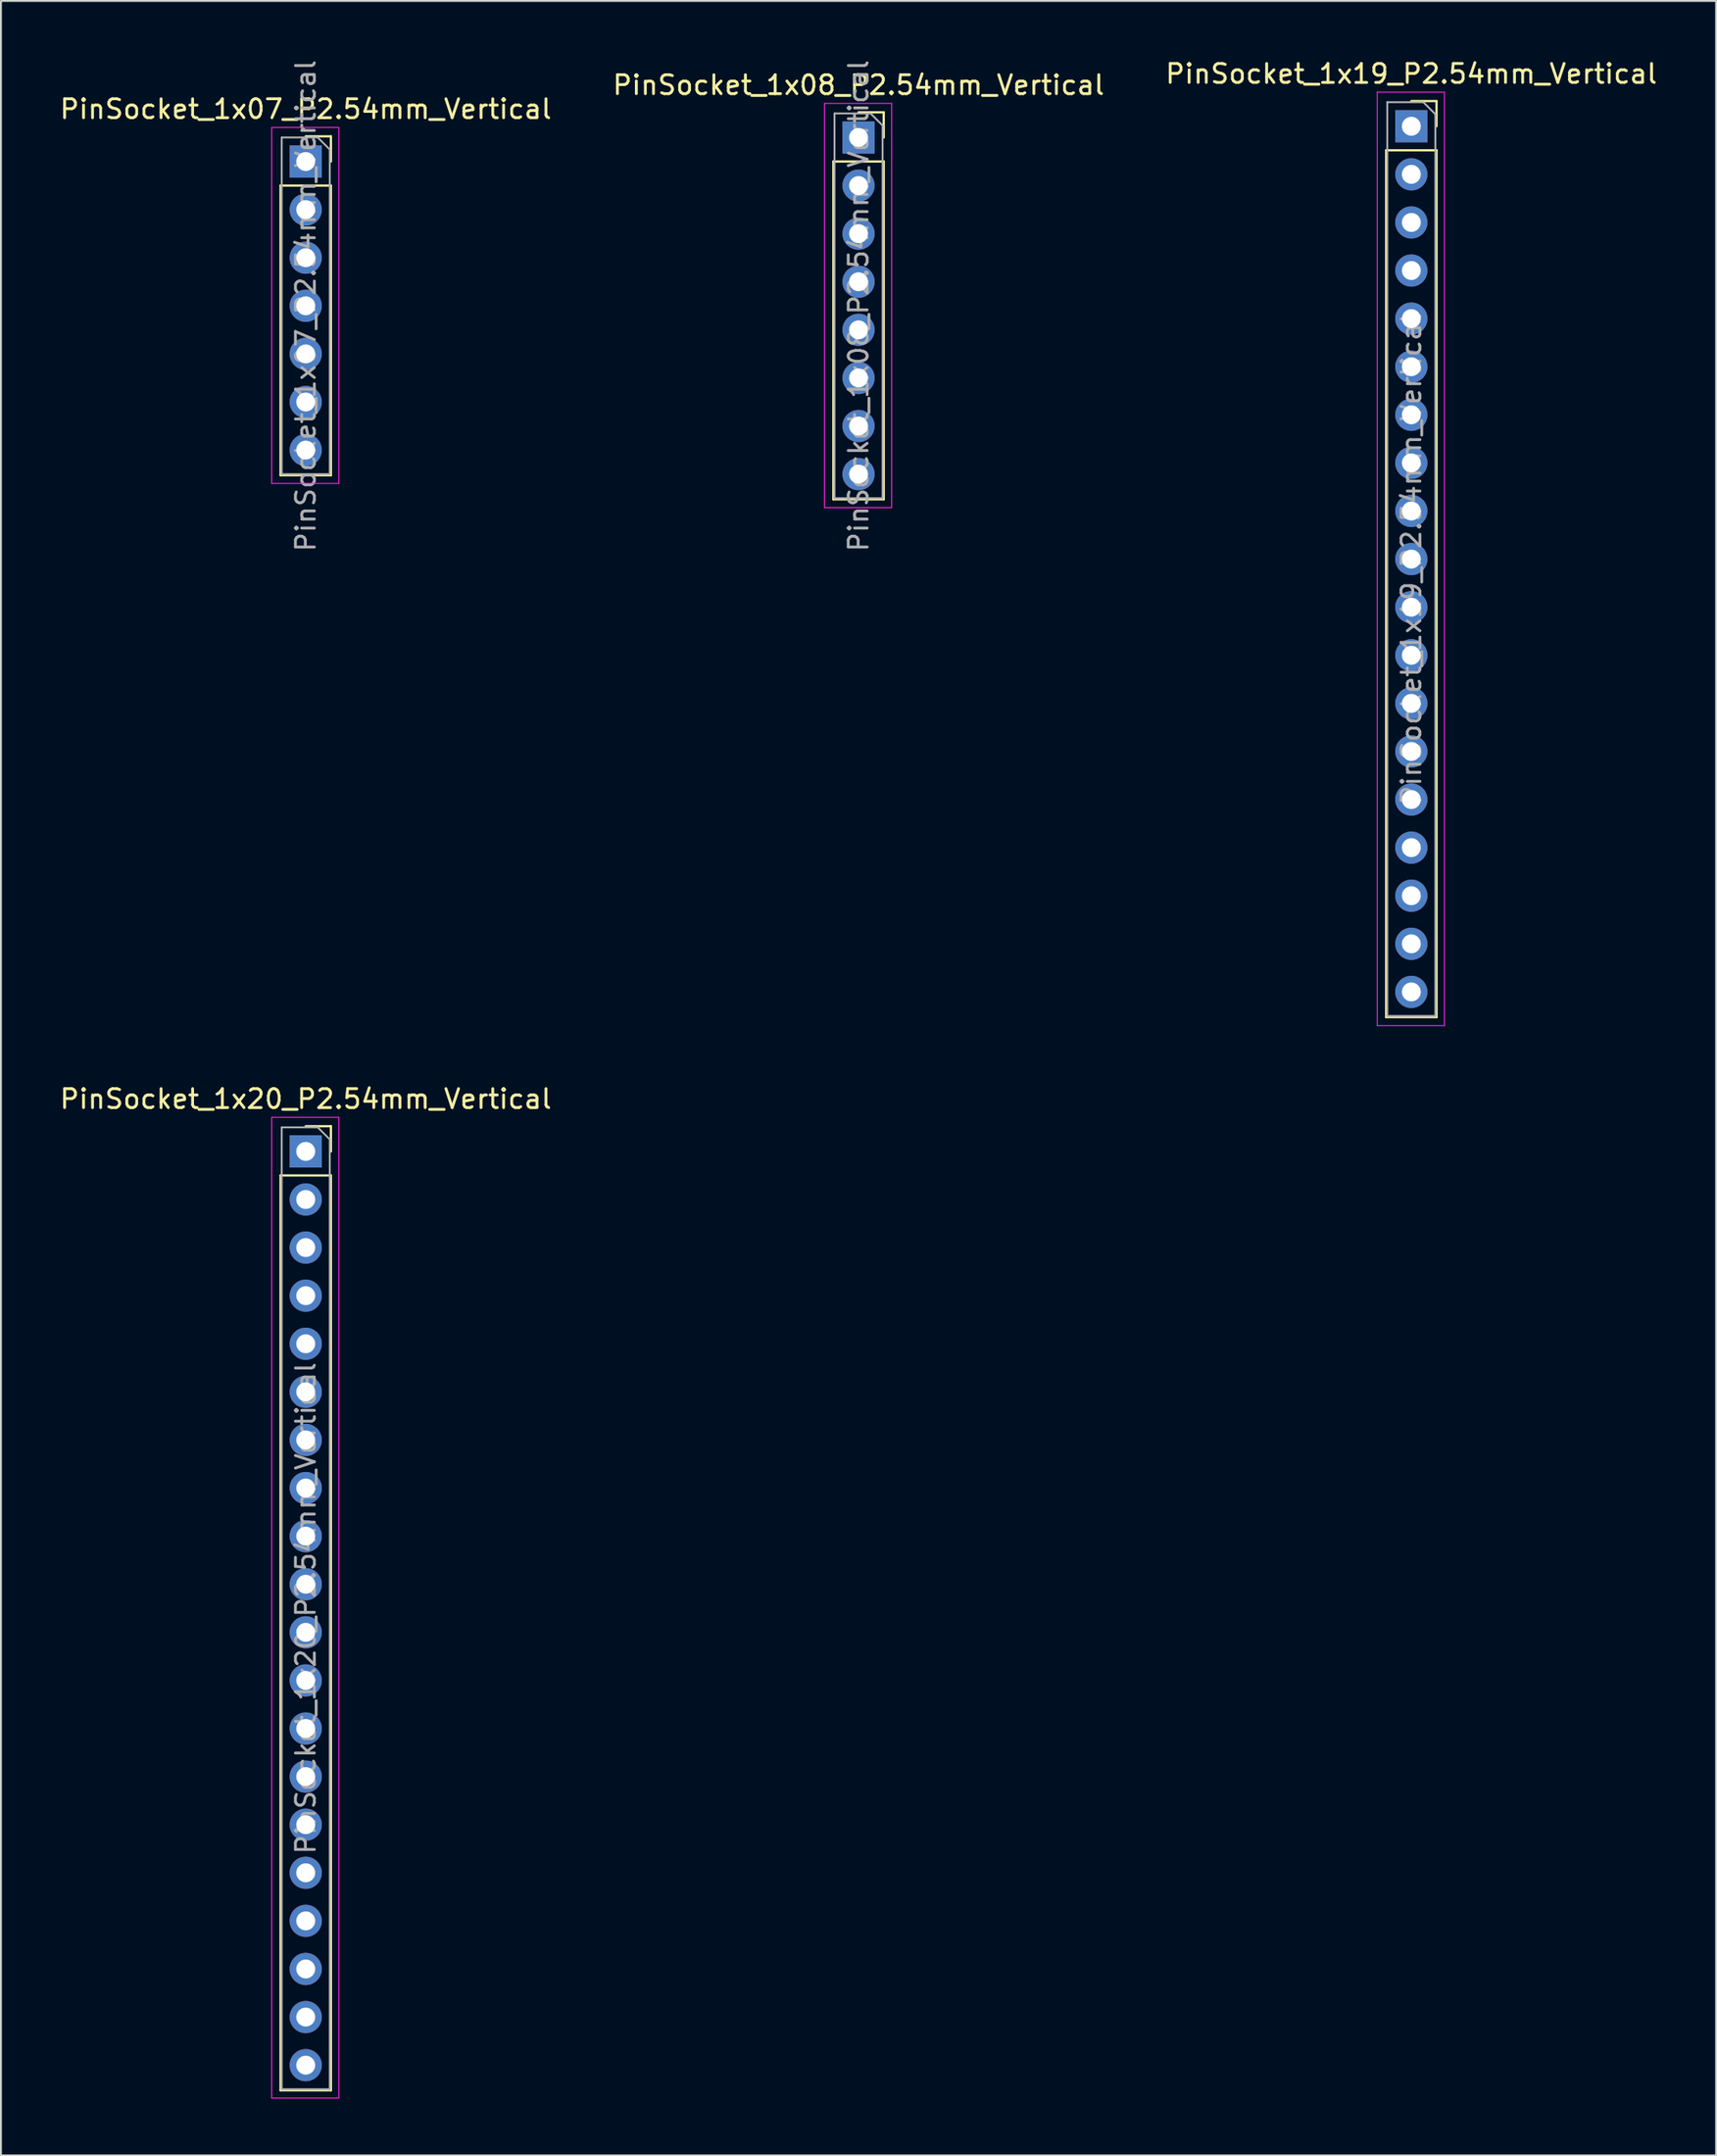
<source format=kicad_pcb>
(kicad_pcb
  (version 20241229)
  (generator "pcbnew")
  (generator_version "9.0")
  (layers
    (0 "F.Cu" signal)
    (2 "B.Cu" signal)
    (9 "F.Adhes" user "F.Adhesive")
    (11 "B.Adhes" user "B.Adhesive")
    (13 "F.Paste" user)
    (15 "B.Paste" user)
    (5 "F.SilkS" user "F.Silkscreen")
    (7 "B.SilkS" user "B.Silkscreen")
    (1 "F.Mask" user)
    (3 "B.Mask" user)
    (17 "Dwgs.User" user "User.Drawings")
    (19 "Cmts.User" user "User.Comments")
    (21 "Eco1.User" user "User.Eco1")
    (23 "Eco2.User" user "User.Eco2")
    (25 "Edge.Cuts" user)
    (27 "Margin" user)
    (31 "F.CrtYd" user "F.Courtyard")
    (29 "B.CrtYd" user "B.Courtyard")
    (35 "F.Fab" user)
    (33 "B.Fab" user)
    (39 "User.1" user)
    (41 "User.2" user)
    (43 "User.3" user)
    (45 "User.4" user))
  (footprint "PinSocket_1x20_P2.54mm_Vertical"
    (layer "F.Cu")
    (at 13.101 57.761)
    (property "Reference" "PinSocket_1x20_P2.54mm_Vertical" (at 0 -2.77 0) (layer "F.SilkS") (effects (font (size 1 1) (thickness 0.15))))
    (attr through_hole)
    (fp_line (start -1.33 1.27) (end -1.33 49.59) (stroke (width 0.12) (type solid)) (layer "F.SilkS"))
    (fp_line (start -1.33 1.27) (end 1.33 1.27) (stroke (width 0.12) (type solid)) (layer "F.SilkS"))
    (fp_line (start -1.33 49.59) (end 1.33 49.59) (stroke (width 0.12) (type solid)) (layer "F.SilkS"))
    (fp_line (start 0 -1.33) (end 1.33 -1.33) (stroke (width 0.12) (type solid)) (layer "F.SilkS"))
    (fp_line (start 1.33 -1.33) (end 1.33 0) (stroke (width 0.12) (type solid)) (layer "F.SilkS"))
    (fp_line (start 1.33 1.27) (end 1.33 49.59) (stroke (width 0.12) (type solid)) (layer "F.SilkS"))
    (fp_line (start -1.8 -1.8) (end 1.75 -1.8) (stroke (width 0.05) (type solid)) (layer "F.CrtYd"))
    (fp_line (start -1.8 50) (end -1.8 -1.8) (stroke (width 0.05) (type solid)) (layer "F.CrtYd"))
    (fp_line (start 1.75 -1.8) (end 1.75 50) (stroke (width 0.05) (type solid)) (layer "F.CrtYd"))
    (fp_line (start 1.75 50) (end -1.8 50) (stroke (width 0.05) (type solid)) (layer "F.CrtYd"))
    (fp_line (start -1.27 -1.27) (end 0.635 -1.27) (stroke (width 0.1) (type solid)) (layer "F.Fab"))
    (fp_line (start -1.27 49.53) (end -1.27 -1.27) (stroke (width 0.1) (type solid)) (layer "F.Fab"))
    (fp_line (start 0.635 -1.27) (end 1.27 -0.635) (stroke (width 0.1) (type solid)) (layer "F.Fab"))
    (fp_line (start 1.27 -0.635) (end 1.27 49.53) (stroke (width 0.1) (type solid)) (layer "F.Fab"))
    (fp_line (start 1.27 49.53) (end -1.27 49.53) (stroke (width 0.1) (type solid)) (layer "F.Fab"))
    (fp_text user "${REFERENCE}" (at 0 24.13 90) (layer "F.Fab") (effects (font (size 1 1) (thickness 0.15))))
    (pad "1" thru_hole rect (at 0 0) (size 1.7 1.7) (drill 1) (layers "*.Cu" "*.Mask"))
    (pad "2" thru_hole oval (at 0 2.54) (size 1.7 1.7) (drill 1) (layers "*.Cu" "*.Mask"))
    (pad "3" thru_hole oval (at 0 5.08) (size 1.7 1.7) (drill 1) (layers "*.Cu" "*.Mask"))
    (pad "4" thru_hole oval (at 0 7.62) (size 1.7 1.7) (drill 1) (layers "*.Cu" "*.Mask"))
    (pad "5" thru_hole oval (at 0 10.16) (size 1.7 1.7) (drill 1) (layers "*.Cu" "*.Mask"))
    (pad "6" thru_hole oval (at 0 12.7) (size 1.7 1.7) (drill 1) (layers "*.Cu" "*.Mask"))
    (pad "7" thru_hole oval (at 0 15.24) (size 1.7 1.7) (drill 1) (layers "*.Cu" "*.Mask"))
    (pad "8" thru_hole oval (at 0 17.78) (size 1.7 1.7) (drill 1) (layers "*.Cu" "*.Mask"))
    (pad "9" thru_hole oval (at 0 20.32) (size 1.7 1.7) (drill 1) (layers "*.Cu" "*.Mask"))
    (pad "10" thru_hole oval (at 0 22.86) (size 1.7 1.7) (drill 1) (layers "*.Cu" "*.Mask"))
    (pad "11" thru_hole oval (at 0 25.4) (size 1.7 1.7) (drill 1) (layers "*.Cu" "*.Mask"))
    (pad "12" thru_hole oval (at 0 27.94) (size 1.7 1.7) (drill 1) (layers "*.Cu" "*.Mask"))
    (pad "13" thru_hole oval (at 0 30.48) (size 1.7 1.7) (drill 1) (layers "*.Cu" "*.Mask"))
    (pad "14" thru_hole oval (at 0 33.02) (size 1.7 1.7) (drill 1) (layers "*.Cu" "*.Mask"))
    (pad "15" thru_hole oval (at 0 35.56) (size 1.7 1.7) (drill 1) (layers "*.Cu" "*.Mask"))
    (pad "16" thru_hole oval (at 0 38.1) (size 1.7 1.7) (drill 1) (layers "*.Cu" "*.Mask"))
    (pad "17" thru_hole oval (at 0 40.64) (size 1.7 1.7) (drill 1) (layers "*.Cu" "*.Mask"))
    (pad "18" thru_hole oval (at 0 43.18) (size 1.7 1.7) (drill 1) (layers "*.Cu" "*.Mask"))
    (pad "19" thru_hole oval (at 0 45.72) (size 1.7 1.7) (drill 1) (layers "*.Cu" "*.Mask"))
    (pad "20" thru_hole oval (at 0 48.26) (size 1.7 1.7) (drill 1) (layers "*.Cu" "*.Mask")))
  (footprint "PinSocket_1x08_P2.54mm_Vertical"
    (layer "F.Cu")
    (at 42.304 4.211)
    (property "Reference" "PinSocket_1x08_P2.54mm_Vertical" (at 0 -2.77 0) (layer "F.SilkS") (effects (font (size 1 1) (thickness 0.15))))
    (attr through_hole)
    (fp_line (start -1.33 1.27) (end -1.33 19.11) (stroke (width 0.12) (type solid)) (layer "F.SilkS"))
    (fp_line (start -1.33 1.27) (end 1.33 1.27) (stroke (width 0.12) (type solid)) (layer "F.SilkS"))
    (fp_line (start -1.33 19.11) (end 1.33 19.11) (stroke (width 0.12) (type solid)) (layer "F.SilkS"))
    (fp_line (start 0 -1.33) (end 1.33 -1.33) (stroke (width 0.12) (type solid)) (layer "F.SilkS"))
    (fp_line (start 1.33 -1.33) (end 1.33 0) (stroke (width 0.12) (type solid)) (layer "F.SilkS"))
    (fp_line (start 1.33 1.27) (end 1.33 19.11) (stroke (width 0.12) (type solid)) (layer "F.SilkS"))
    (fp_line (start -1.8 -1.8) (end 1.75 -1.8) (stroke (width 0.05) (type solid)) (layer "F.CrtYd"))
    (fp_line (start -1.8 19.55) (end -1.8 -1.8) (stroke (width 0.05) (type solid)) (layer "F.CrtYd"))
    (fp_line (start 1.75 -1.8) (end 1.75 19.55) (stroke (width 0.05) (type solid)) (layer "F.CrtYd"))
    (fp_line (start 1.75 19.55) (end -1.8 19.55) (stroke (width 0.05) (type solid)) (layer "F.CrtYd"))
    (fp_line (start -1.27 -1.27) (end 0.635 -1.27) (stroke (width 0.1) (type solid)) (layer "F.Fab"))
    (fp_line (start -1.27 19.05) (end -1.27 -1.27) (stroke (width 0.1) (type solid)) (layer "F.Fab"))
    (fp_line (start 0.635 -1.27) (end 1.27 -0.635) (stroke (width 0.1) (type solid)) (layer "F.Fab"))
    (fp_line (start 1.27 -0.635) (end 1.27 19.05) (stroke (width 0.1) (type solid)) (layer "F.Fab"))
    (fp_line (start 1.27 19.05) (end -1.27 19.05) (stroke (width 0.1) (type solid)) (layer "F.Fab"))
    (fp_text user "${REFERENCE}" (at 0 8.89 90) (layer "F.Fab") (effects (font (size 1 1) (thickness 0.15))))
    (pad "1" thru_hole rect (at 0 0) (size 1.7 1.7) (drill 1) (layers "*.Cu" "*.Mask"))
    (pad "2" thru_hole oval (at 0 2.54) (size 1.7 1.7) (drill 1) (layers "*.Cu" "*.Mask"))
    (pad "3" thru_hole oval (at 0 5.08) (size 1.7 1.7) (drill 1) (layers "*.Cu" "*.Mask"))
    (pad "4" thru_hole oval (at 0 7.62) (size 1.7 1.7) (drill 1) (layers "*.Cu" "*.Mask"))
    (pad "5" thru_hole oval (at 0 10.16) (size 1.7 1.7) (drill 1) (layers "*.Cu" "*.Mask"))
    (pad "6" thru_hole oval (at 0 12.7) (size 1.7 1.7) (drill 1) (layers "*.Cu" "*.Mask"))
    (pad "7" thru_hole oval (at 0 15.24) (size 1.7 1.7) (drill 1) (layers "*.Cu" "*.Mask"))
    (pad "8" thru_hole oval (at 0 17.78) (size 1.7 1.7) (drill 1) (layers "*.Cu" "*.Mask")))
  (footprint "PinSocket_1x07_P2.54mm_Vertical"
    (layer "F.Cu")
    (at 13.101 5.481)
    (property "Reference" "PinSocket_1x07_P2.54mm_Vertical" (at 0 -2.77 0) (layer "F.SilkS") (effects (font (size 1 1) (thickness 0.15))))
    (attr through_hole)
    (fp_line (start -1.33 1.27) (end -1.33 16.57) (stroke (width 0.12) (type solid)) (layer "F.SilkS"))
    (fp_line (start -1.33 1.27) (end 1.33 1.27) (stroke (width 0.12) (type solid)) (layer "F.SilkS"))
    (fp_line (start -1.33 16.57) (end 1.33 16.57) (stroke (width 0.12) (type solid)) (layer "F.SilkS"))
    (fp_line (start 0 -1.33) (end 1.33 -1.33) (stroke (width 0.12) (type solid)) (layer "F.SilkS"))
    (fp_line (start 1.33 -1.33) (end 1.33 0) (stroke (width 0.12) (type solid)) (layer "F.SilkS"))
    (fp_line (start 1.33 1.27) (end 1.33 16.57) (stroke (width 0.12) (type solid)) (layer "F.SilkS"))
    (fp_line (start -1.8 -1.8) (end 1.75 -1.8) (stroke (width 0.05) (type solid)) (layer "F.CrtYd"))
    (fp_line (start -1.8 17) (end -1.8 -1.8) (stroke (width 0.05) (type solid)) (layer "F.CrtYd"))
    (fp_line (start 1.75 -1.8) (end 1.75 17) (stroke (width 0.05) (type solid)) (layer "F.CrtYd"))
    (fp_line (start 1.75 17) (end -1.8 17) (stroke (width 0.05) (type solid)) (layer "F.CrtYd"))
    (fp_line (start -1.27 -1.27) (end 0.635 -1.27) (stroke (width 0.1) (type solid)) (layer "F.Fab"))
    (fp_line (start -1.27 16.51) (end -1.27 -1.27) (stroke (width 0.1) (type solid)) (layer "F.Fab"))
    (fp_line (start 0.635 -1.27) (end 1.27 -0.635) (stroke (width 0.1) (type solid)) (layer "F.Fab"))
    (fp_line (start 1.27 -0.635) (end 1.27 16.51) (stroke (width 0.1) (type solid)) (layer "F.Fab"))
    (fp_line (start 1.27 16.51) (end -1.27 16.51) (stroke (width 0.1) (type solid)) (layer "F.Fab"))
    (fp_text user "${REFERENCE}" (at 0 7.62 90) (layer "F.Fab") (effects (font (size 1 1) (thickness 0.15))))
    (pad "1" thru_hole rect (at 0 0) (size 1.7 1.7) (drill 1) (layers "*.Cu" "*.Mask"))
    (pad "2" thru_hole oval (at 0 2.54) (size 1.7 1.7) (drill 1) (layers "*.Cu" "*.Mask"))
    (pad "3" thru_hole oval (at 0 5.08) (size 1.7 1.7) (drill 1) (layers "*.Cu" "*.Mask"))
    (pad "4" thru_hole oval (at 0 7.62) (size 1.7 1.7) (drill 1) (layers "*.Cu" "*.Mask"))
    (pad "5" thru_hole oval (at 0 10.16) (size 1.7 1.7) (drill 1) (layers "*.Cu" "*.Mask"))
    (pad "6" thru_hole oval (at 0 12.7) (size 1.7 1.7) (drill 1) (layers "*.Cu" "*.Mask"))
    (pad "7" thru_hole oval (at 0 15.24) (size 1.7 1.7) (drill 1) (layers "*.Cu" "*.Mask")))
  (footprint "PinSocket_1x19_P2.54mm_Vertical"
    (layer "F.Cu")
    (at 71.506 3.618)
    (property "Reference" "PinSocket_1x19_P2.54mm_Vertical" (at 0 -2.77 0) (layer "F.SilkS") (effects (font (size 1 1) (thickness 0.15))))
    (attr through_hole)
    (fp_line (start -1.33 1.27) (end -1.33 47.05) (stroke (width 0.12) (type solid)) (layer "F.SilkS"))
    (fp_line (start -1.33 1.27) (end 1.33 1.27) (stroke (width 0.12) (type solid)) (layer "F.SilkS"))
    (fp_line (start -1.33 47.05) (end 1.33 47.05) (stroke (width 0.12) (type solid)) (layer "F.SilkS"))
    (fp_line (start 0 -1.33) (end 1.33 -1.33) (stroke (width 0.12) (type solid)) (layer "F.SilkS"))
    (fp_line (start 1.33 -1.33) (end 1.33 0) (stroke (width 0.12) (type solid)) (layer "F.SilkS"))
    (fp_line (start 1.33 1.27) (end 1.33 47.05) (stroke (width 0.12) (type solid)) (layer "F.SilkS"))
    (fp_line (start -1.8 -1.8) (end 1.75 -1.8) (stroke (width 0.05) (type solid)) (layer "F.CrtYd"))
    (fp_line (start -1.8 47.5) (end -1.8 -1.8) (stroke (width 0.05) (type solid)) (layer "F.CrtYd"))
    (fp_line (start 1.75 -1.8) (end 1.75 47.5) (stroke (width 0.05) (type solid)) (layer "F.CrtYd"))
    (fp_line (start 1.75 47.5) (end -1.8 47.5) (stroke (width 0.05) (type solid)) (layer "F.CrtYd"))
    (fp_line (start -1.27 -1.27) (end 0.635 -1.27) (stroke (width 0.1) (type solid)) (layer "F.Fab"))
    (fp_line (start -1.27 46.99) (end -1.27 -1.27) (stroke (width 0.1) (type solid)) (layer "F.Fab"))
    (fp_line (start 0.635 -1.27) (end 1.27 -0.635) (stroke (width 0.1) (type solid)) (layer "F.Fab"))
    (fp_line (start 1.27 -0.635) (end 1.27 46.99) (stroke (width 0.1) (type solid)) (layer "F.Fab"))
    (fp_line (start 1.27 46.99) (end -1.27 46.99) (stroke (width 0.1) (type solid)) (layer "F.Fab"))
    (fp_text user "${REFERENCE}" (at 0 22.86 90) (layer "F.Fab") (effects (font (size 1 1) (thickness 0.15))))
    (pad "1" thru_hole rect (at 0 0) (size 1.7 1.7) (drill 1) (layers "*.Cu" "*.Mask"))
    (pad "2" thru_hole oval (at 0 2.54) (size 1.7 1.7) (drill 1) (layers "*.Cu" "*.Mask"))
    (pad "3" thru_hole oval (at 0 5.08) (size 1.7 1.7) (drill 1) (layers "*.Cu" "*.Mask"))
    (pad "4" thru_hole oval (at 0 7.62) (size 1.7 1.7) (drill 1) (layers "*.Cu" "*.Mask"))
    (pad "5" thru_hole oval (at 0 10.16) (size 1.7 1.7) (drill 1) (layers "*.Cu" "*.Mask"))
    (pad "6" thru_hole oval (at 0 12.7) (size 1.7 1.7) (drill 1) (layers "*.Cu" "*.Mask"))
    (pad "7" thru_hole oval (at 0 15.24) (size 1.7 1.7) (drill 1) (layers "*.Cu" "*.Mask"))
    (pad "8" thru_hole oval (at 0 17.78) (size 1.7 1.7) (drill 1) (layers "*.Cu" "*.Mask"))
    (pad "9" thru_hole oval (at 0 20.32) (size 1.7 1.7) (drill 1) (layers "*.Cu" "*.Mask"))
    (pad "10" thru_hole oval (at 0 22.86) (size 1.7 1.7) (drill 1) (layers "*.Cu" "*.Mask"))
    (pad "11" thru_hole oval (at 0 25.4) (size 1.7 1.7) (drill 1) (layers "*.Cu" "*.Mask"))
    (pad "12" thru_hole oval (at 0 27.94) (size 1.7 1.7) (drill 1) (layers "*.Cu" "*.Mask"))
    (pad "13" thru_hole oval (at 0 30.48) (size 1.7 1.7) (drill 1) (layers "*.Cu" "*.Mask"))
    (pad "14" thru_hole oval (at 0 33.02) (size 1.7 1.7) (drill 1) (layers "*.Cu" "*.Mask"))
    (pad "15" thru_hole oval (at 0 35.56) (size 1.7 1.7) (drill 1) (layers "*.Cu" "*.Mask"))
    (pad "16" thru_hole oval (at 0 38.1) (size 1.7 1.7) (drill 1) (layers "*.Cu" "*.Mask"))
    (pad "17" thru_hole oval (at 0 40.64) (size 1.7 1.7) (drill 1) (layers "*.Cu" "*.Mask"))
    (pad "18" thru_hole oval (at 0 43.18) (size 1.7 1.7) (drill 1) (layers "*.Cu" "*.Mask"))
    (pad "19" thru_hole oval (at 0 45.72) (size 1.7 1.7) (drill 1) (layers "*.Cu" "*.Mask")))
  (gr_rect
    (start -3 -3)
    (end 87.607 110.787)
    (stroke (width 0.1) (type default))
    (fill no)
    (layer "Edge.Cuts")))
</source>
